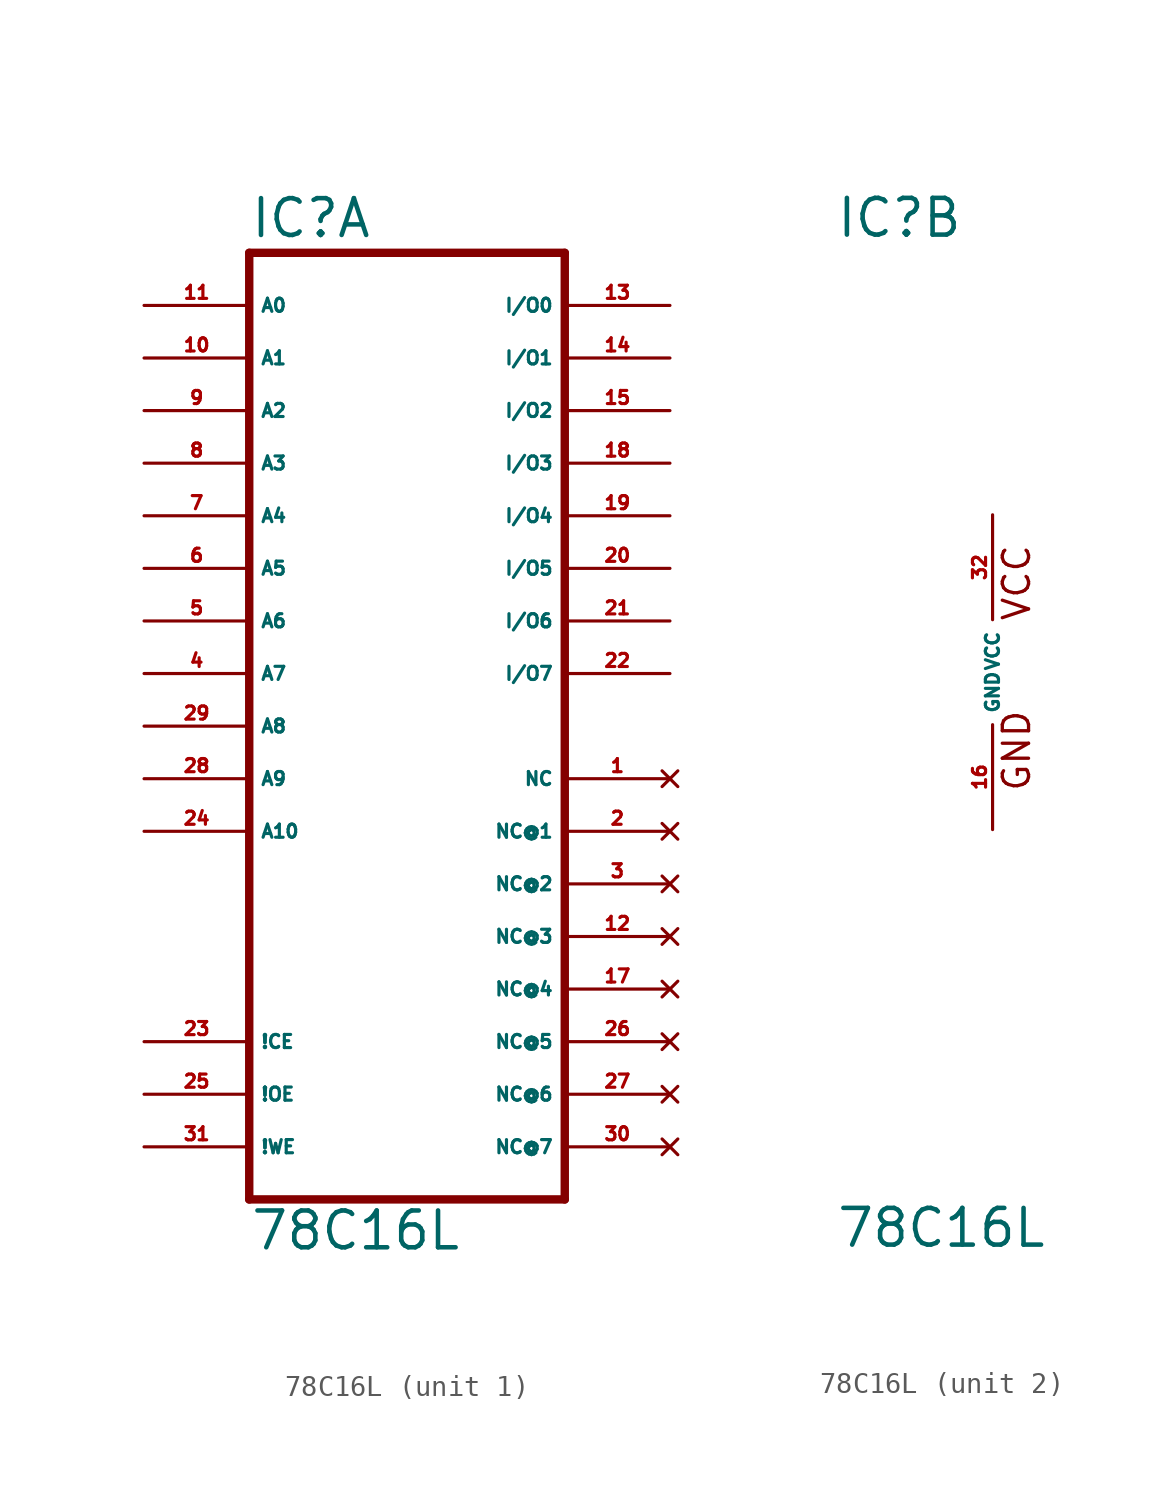
<source format=kicad_sym>
(kicad_symbol_lib
  (version 20220914)
  (generator Eagle2Kicad)
  (symbol "78C16L"
    (property "Reference" "IC"
      (at -7.62 20.955 0)
      (effects (font (size 1.778 1.778) (thickness 0.22)) (justify left bottom)))
    (property "Value" "78C16L"
      (at -7.62 -27.94 0)
      (effects (font (size 1.778 1.778) (thickness 0.22)) (justify left bottom)))
    (symbol "78C16L_1_0"
      (polyline (pts (xy -7.62 -25.4) (xy 7.62 -25.4)) (stroke (width 0.406) (type default)) (fill (type none)))
      (polyline (pts (xy 7.62 -25.4) (xy 7.62 20.32)) (stroke (width 0.406) (type default)) (fill (type none)))
      (polyline (pts (xy 7.62 20.32) (xy -7.62 20.32)) (stroke (width 0.406) (type default)) (fill (type none)))
      (polyline (pts (xy -7.62 20.32) (xy -7.62 -25.4)) (stroke (width 0.406) (type default)) (fill (type none)))
      (pin input line (at -12.7 17.78 0) (length 5.08) (name "A0" (effects (font (size 0.635 0.635) (thickness 0.08)) (justify left bottom))) (number "11" (effects (font (size 0.635 0.635) (thickness 0.08)) (justify left bottom))))
      (pin input line (at -12.7 15.24 0) (length 5.08) (name "A1" (effects (font (size 0.635 0.635) (thickness 0.08)) (justify left bottom))) (number "10" (effects (font (size 0.635 0.635) (thickness 0.08)) (justify left bottom))))
      (pin input line (at -12.7 12.7 0) (length 5.08) (name "A2" (effects (font (size 0.635 0.635) (thickness 0.08)) (justify left bottom))) (number "9" (effects (font (size 0.635 0.635) (thickness 0.08)) (justify left bottom))))
      (pin input line (at -12.7 10.16 0) (length 5.08) (name "A3" (effects (font (size 0.635 0.635) (thickness 0.08)) (justify left bottom))) (number "8" (effects (font (size 0.635 0.635) (thickness 0.08)) (justify left bottom))))
      (pin input line (at -12.7 7.62 0) (length 5.08) (name "A4" (effects (font (size 0.635 0.635) (thickness 0.08)) (justify left bottom))) (number "7" (effects (font (size 0.635 0.635) (thickness 0.08)) (justify left bottom))))
      (pin input line (at -12.7 5.08 0) (length 5.08) (name "A5" (effects (font (size 0.635 0.635) (thickness 0.08)) (justify left bottom))) (number "6" (effects (font (size 0.635 0.635) (thickness 0.08)) (justify left bottom))))
      (pin input line (at -12.7 2.54 0) (length 5.08) (name "A6" (effects (font (size 0.635 0.635) (thickness 0.08)) (justify left bottom))) (number "5" (effects (font (size 0.635 0.635) (thickness 0.08)) (justify left bottom))))
      (pin input line (at -12.7 0 0) (length 5.08) (name "A7" (effects (font (size 0.635 0.635) (thickness 0.08)) (justify left bottom))) (number "4" (effects (font (size 0.635 0.635) (thickness 0.08)) (justify left bottom))))
      (pin input line (at -12.7 -2.54 0) (length 5.08) (name "A8" (effects (font (size 0.635 0.635) (thickness 0.08)) (justify left bottom))) (number "29" (effects (font (size 0.635 0.635) (thickness 0.08)) (justify left bottom))))
      (pin input line (at -12.7 -5.08 0) (length 5.08) (name "A9" (effects (font (size 0.635 0.635) (thickness 0.08)) (justify left bottom))) (number "28" (effects (font (size 0.635 0.635) (thickness 0.08)) (justify left bottom))))
      (pin input line (at -12.7 -7.62 0) (length 5.08) (name "A10" (effects (font (size 0.635 0.635) (thickness 0.08)) (justify left bottom))) (number "24" (effects (font (size 0.635 0.635) (thickness 0.08)) (justify left bottom))))
      (pin input line (at -12.7 -17.78 0) (length 5.08) (name "!CE" (effects (font (size 0.635 0.635) (thickness 0.08)) (justify left bottom))) (number "23" (effects (font (size 0.635 0.635) (thickness 0.08)) (justify left bottom))))
      (pin input line (at -12.7 -20.32 0) (length 5.08) (name "!OE" (effects (font (size 0.635 0.635) (thickness 0.08)) (justify left bottom))) (number "25" (effects (font (size 0.635 0.635) (thickness 0.08)) (justify left bottom))))
      (pin input line (at -12.7 -22.86 0) (length 5.08) (name "!WE" (effects (font (size 0.635 0.635) (thickness 0.08)) (justify left bottom))) (number "31" (effects (font (size 0.635 0.635) (thickness 0.08)) (justify left bottom))))
      (pin bidirectional line (at 12.7 17.78 180) (length 5.08) (name "I/O0" (effects (font (size 0.635 0.635) (thickness 0.08)) (justify left bottom))) (number "13" (effects (font (size 0.635 0.635) (thickness 0.08)) (justify left bottom))))
      (pin bidirectional line (at 12.7 15.24 180) (length 5.08) (name "I/O1" (effects (font (size 0.635 0.635) (thickness 0.08)) (justify left bottom))) (number "14" (effects (font (size 0.635 0.635) (thickness 0.08)) (justify left bottom))))
      (pin bidirectional line (at 12.7 12.7 180) (length 5.08) (name "I/O2" (effects (font (size 0.635 0.635) (thickness 0.08)) (justify left bottom))) (number "15" (effects (font (size 0.635 0.635) (thickness 0.08)) (justify left bottom))))
      (pin bidirectional line (at 12.7 10.16 180) (length 5.08) (name "I/O3" (effects (font (size 0.635 0.635) (thickness 0.08)) (justify left bottom))) (number "18" (effects (font (size 0.635 0.635) (thickness 0.08)) (justify left bottom))))
      (pin bidirectional line (at 12.7 7.62 180) (length 5.08) (name "I/O4" (effects (font (size 0.635 0.635) (thickness 0.08)) (justify left bottom))) (number "19" (effects (font (size 0.635 0.635) (thickness 0.08)) (justify left bottom))))
      (pin bidirectional line (at 12.7 5.08 180) (length 5.08) (name "I/O5" (effects (font (size 0.635 0.635) (thickness 0.08)) (justify left bottom))) (number "20" (effects (font (size 0.635 0.635) (thickness 0.08)) (justify left bottom))))
      (pin bidirectional line (at 12.7 2.54 180) (length 5.08) (name "I/O6" (effects (font (size 0.635 0.635) (thickness 0.08)) (justify left bottom))) (number "21" (effects (font (size 0.635 0.635) (thickness 0.08)) (justify left bottom))))
      (pin bidirectional line (at 12.7 0 180) (length 5.08) (name "I/O7" (effects (font (size 0.635 0.635) (thickness 0.08)) (justify left bottom))) (number "22" (effects (font (size 0.635 0.635) (thickness 0.08)) (justify left bottom))))
      (pin no_connect line (at 12.7 -5.08 180) (length 5.08) (name "NC" (effects (font (size 0.635 0.635) (thickness 0.08)) (justify left bottom) hide)) (number "1" (effects (font (size 0.635 0.635) (thickness 0.08)) (justify left bottom) hide)))
      (pin no_connect line (at 12.7 -7.62 180) (length 5.08) (name "NC@1" (effects (font (size 0.635 0.635) (thickness 0.08)) (justify left bottom) hide)) (number "2" (effects (font (size 0.635 0.635) (thickness 0.08)) (justify left bottom) hide)))
      (pin no_connect line (at 12.7 -10.16 180) (length 5.08) (name "NC@2" (effects (font (size 0.635 0.635) (thickness 0.08)) (justify left bottom) hide)) (number "3" (effects (font (size 0.635 0.635) (thickness 0.08)) (justify left bottom) hide)))
      (pin no_connect line (at 12.7 -12.7 180) (length 5.08) (name "NC@3" (effects (font (size 0.635 0.635) (thickness 0.08)) (justify left bottom) hide)) (number "12" (effects (font (size 0.635 0.635) (thickness 0.08)) (justify left bottom) hide)))
      (pin no_connect line (at 12.7 -15.24 180) (length 5.08) (name "NC@4" (effects (font (size 0.635 0.635) (thickness 0.08)) (justify left bottom) hide)) (number "17" (effects (font (size 0.635 0.635) (thickness 0.08)) (justify left bottom) hide)))
      (pin no_connect line (at 12.7 -17.78 180) (length 5.08) (name "NC@5" (effects (font (size 0.635 0.635) (thickness 0.08)) (justify left bottom) hide)) (number "26" (effects (font (size 0.635 0.635) (thickness 0.08)) (justify left bottom) hide)))
      (pin no_connect line (at 12.7 -20.32 180) (length 5.08) (name "NC@6" (effects (font (size 0.635 0.635) (thickness 0.08)) (justify left bottom) hide)) (number "27" (effects (font (size 0.635 0.635) (thickness 0.08)) (justify left bottom) hide)))
      (pin no_connect line (at 12.7 -22.86 180) (length 5.08) (name "NC@7" (effects (font (size 0.635 0.635) (thickness 0.08)) (justify left bottom) hide)) (number "30" (effects (font (size 0.635 0.635) (thickness 0.08)) (justify left bottom) hide))))
    (symbol "78C16L_2_0"
      (text "GND" (at 1.905 -5.842 900) (effects (font (size 1.27 1.27) (thickness 0.16)) (justify left bottom)))
      (text "VCC" (at 1.905 2.413 900) (effects (font (size 1.27 1.27) (thickness 0.16)) (justify left bottom)))
      (pin unspecified line (at 0 7.62 270) (length 5.08) (name "VCC" (effects (font (size 0.635 0.635) (thickness 0.08)) (justify left bottom))) (number "32" (effects (font (size 0.635 0.635) (thickness 0.08)) (justify left bottom))))
      (pin unspecified line (at 0 -7.62 90) (length 5.08) (name "GND" (effects (font (size 0.635 0.635) (thickness 0.08)) (justify left bottom))) (number "16" (effects (font (size 0.635 0.635) (thickness 0.08)) (justify left bottom)))))))
</source>
